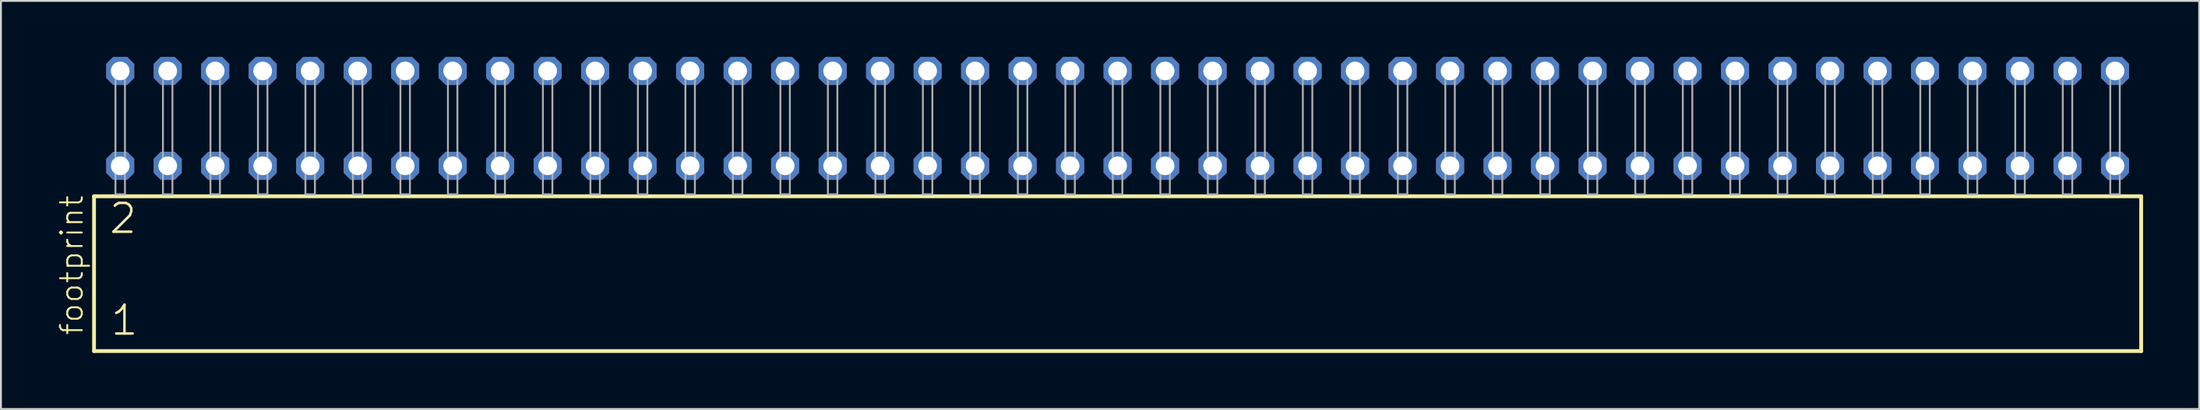
<source format=kicad_pcb>
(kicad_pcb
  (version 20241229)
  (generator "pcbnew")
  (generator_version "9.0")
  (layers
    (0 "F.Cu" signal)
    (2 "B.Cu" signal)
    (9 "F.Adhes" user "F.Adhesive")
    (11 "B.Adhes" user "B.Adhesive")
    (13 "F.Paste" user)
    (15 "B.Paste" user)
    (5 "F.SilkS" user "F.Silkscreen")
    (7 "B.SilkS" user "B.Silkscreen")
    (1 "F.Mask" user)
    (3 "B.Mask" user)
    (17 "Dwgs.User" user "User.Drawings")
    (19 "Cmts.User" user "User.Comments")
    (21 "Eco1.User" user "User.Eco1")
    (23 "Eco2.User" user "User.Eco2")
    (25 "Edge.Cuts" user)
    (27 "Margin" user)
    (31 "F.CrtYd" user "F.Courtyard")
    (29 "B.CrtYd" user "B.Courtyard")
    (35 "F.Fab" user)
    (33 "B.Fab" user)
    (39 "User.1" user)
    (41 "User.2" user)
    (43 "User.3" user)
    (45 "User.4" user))
  (footprint "footprint"
    (layer "F.Cu")
    (at 56.718 7.354)
    (property "Reference" "footprint" (at -55.245 7.62 90) (layer "F.SilkS") (effects (font (size 1.168 1.168) (thickness 0.102)) (justify left bottom)))
    (fp_line (start -54.739 0.106) (end -54.739 8.396) (stroke (width 0.203) (type solid)) (layer "F.SilkS"))
    (fp_line (start -54.739 8.396) (end 54.739 8.396) (stroke (width 0.203) (type solid)) (layer "F.SilkS"))
    (fp_line (start 54.739 0.106) (end -54.739 0.106) (stroke (width 0.203) (type solid)) (layer "F.SilkS"))
    (fp_line (start 54.739 8.396) (end 54.739 0.106) (stroke (width 0.203) (type solid)) (layer "F.SilkS"))
    (fp_poly (pts (xy -53.594 0) (xy -53.086 0) (xy -53.086 -6.858) (xy -53.594 -6.858)) (stroke (width 0.1) (type solid)) (fill no) (layer "F.Fab"))
    (fp_poly (pts (xy -51.054 0) (xy -50.546 0) (xy -50.546 -6.858) (xy -51.054 -6.858)) (stroke (width 0.1) (type solid)) (fill no) (layer "F.Fab"))
    (fp_poly (pts (xy -48.514 0) (xy -48.006 0) (xy -48.006 -6.858) (xy -48.514 -6.858)) (stroke (width 0.1) (type solid)) (fill no) (layer "F.Fab"))
    (fp_poly (pts (xy -45.974 0) (xy -45.466 0) (xy -45.466 -6.858) (xy -45.974 -6.858)) (stroke (width 0.1) (type solid)) (fill no) (layer "F.Fab"))
    (fp_poly (pts (xy -43.434 0) (xy -42.926 0) (xy -42.926 -6.858) (xy -43.434 -6.858)) (stroke (width 0.1) (type solid)) (fill no) (layer "F.Fab"))
    (fp_poly (pts (xy -40.894 0) (xy -40.386 0) (xy -40.386 -6.858) (xy -40.894 -6.858)) (stroke (width 0.1) (type solid)) (fill no) (layer "F.Fab"))
    (fp_poly (pts (xy -38.354 0) (xy -37.846 0) (xy -37.846 -6.858) (xy -38.354 -6.858)) (stroke (width 0.1) (type solid)) (fill no) (layer "F.Fab"))
    (fp_poly (pts (xy -35.814 0) (xy -35.306 0) (xy -35.306 -6.858) (xy -35.814 -6.858)) (stroke (width 0.1) (type solid)) (fill no) (layer "F.Fab"))
    (fp_poly (pts (xy -33.274 0) (xy -32.766 0) (xy -32.766 -6.858) (xy -33.274 -6.858)) (stroke (width 0.1) (type solid)) (fill no) (layer "F.Fab"))
    (fp_poly (pts (xy -30.734 0) (xy -30.226 0) (xy -30.226 -6.858) (xy -30.734 -6.858)) (stroke (width 0.1) (type solid)) (fill no) (layer "F.Fab"))
    (fp_poly (pts (xy -28.194 0) (xy -27.686 0) (xy -27.686 -6.858) (xy -28.194 -6.858)) (stroke (width 0.1) (type solid)) (fill no) (layer "F.Fab"))
    (fp_poly (pts (xy -25.654 0) (xy -25.146 0) (xy -25.146 -6.858) (xy -25.654 -6.858)) (stroke (width 0.1) (type solid)) (fill no) (layer "F.Fab"))
    (fp_poly (pts (xy -23.114 0) (xy -22.606 0) (xy -22.606 -6.858) (xy -23.114 -6.858)) (stroke (width 0.1) (type solid)) (fill no) (layer "F.Fab"))
    (fp_poly (pts (xy -20.574 0) (xy -20.066 0) (xy -20.066 -6.858) (xy -20.574 -6.858)) (stroke (width 0.1) (type solid)) (fill no) (layer "F.Fab"))
    (fp_poly (pts (xy -18.034 0) (xy -17.526 0) (xy -17.526 -6.858) (xy -18.034 -6.858)) (stroke (width 0.1) (type solid)) (fill no) (layer "F.Fab"))
    (fp_poly (pts (xy -15.494 0) (xy -14.986 0) (xy -14.986 -6.858) (xy -15.494 -6.858)) (stroke (width 0.1) (type solid)) (fill no) (layer "F.Fab"))
    (fp_poly (pts (xy -12.954 0) (xy -12.446 0) (xy -12.446 -6.858) (xy -12.954 -6.858)) (stroke (width 0.1) (type solid)) (fill no) (layer "F.Fab"))
    (fp_poly (pts (xy -10.414 0) (xy -9.906 0) (xy -9.906 -6.858) (xy -10.414 -6.858)) (stroke (width 0.1) (type solid)) (fill no) (layer "F.Fab"))
    (fp_poly (pts (xy -7.874 0) (xy -7.366 0) (xy -7.366 -6.858) (xy -7.874 -6.858)) (stroke (width 0.1) (type solid)) (fill no) (layer "F.Fab"))
    (fp_poly (pts (xy -5.334 0) (xy -4.826 0) (xy -4.826 -6.858) (xy -5.334 -6.858)) (stroke (width 0.1) (type solid)) (fill no) (layer "F.Fab"))
    (fp_poly (pts (xy -2.794 0) (xy -2.286 0) (xy -2.286 -6.858) (xy -2.794 -6.858)) (stroke (width 0.1) (type solid)) (fill no) (layer "F.Fab"))
    (fp_poly (pts (xy -0.254 0) (xy 0.254 0) (xy 0.254 -6.858) (xy -0.254 -6.858)) (stroke (width 0.1) (type solid)) (fill no) (layer "F.Fab"))
    (fp_poly (pts (xy 2.286 0) (xy 2.794 0) (xy 2.794 -6.858) (xy 2.286 -6.858)) (stroke (width 0.1) (type solid)) (fill no) (layer "F.Fab"))
    (fp_poly (pts (xy 4.826 0) (xy 5.334 0) (xy 5.334 -6.858) (xy 4.826 -6.858)) (stroke (width 0.1) (type solid)) (fill no) (layer "F.Fab"))
    (fp_poly (pts (xy 7.366 0) (xy 7.874 0) (xy 7.874 -6.858) (xy 7.366 -6.858)) (stroke (width 0.1) (type solid)) (fill no) (layer "F.Fab"))
    (fp_poly (pts (xy 9.906 0) (xy 10.414 0) (xy 10.414 -6.858) (xy 9.906 -6.858)) (stroke (width 0.1) (type solid)) (fill no) (layer "F.Fab"))
    (fp_poly (pts (xy 12.446 0) (xy 12.954 0) (xy 12.954 -6.858) (xy 12.446 -6.858)) (stroke (width 0.1) (type solid)) (fill no) (layer "F.Fab"))
    (fp_poly (pts (xy 14.986 0) (xy 15.494 0) (xy 15.494 -6.858) (xy 14.986 -6.858)) (stroke (width 0.1) (type solid)) (fill no) (layer "F.Fab"))
    (fp_poly (pts (xy 17.526 0) (xy 18.034 0) (xy 18.034 -6.858) (xy 17.526 -6.858)) (stroke (width 0.1) (type solid)) (fill no) (layer "F.Fab"))
    (fp_poly (pts (xy 20.066 0) (xy 20.574 0) (xy 20.574 -6.858) (xy 20.066 -6.858)) (stroke (width 0.1) (type solid)) (fill no) (layer "F.Fab"))
    (fp_poly (pts (xy 22.606 0) (xy 23.114 0) (xy 23.114 -6.858) (xy 22.606 -6.858)) (stroke (width 0.1) (type solid)) (fill no) (layer "F.Fab"))
    (fp_poly (pts (xy 25.146 0) (xy 25.654 0) (xy 25.654 -6.858) (xy 25.146 -6.858)) (stroke (width 0.1) (type solid)) (fill no) (layer "F.Fab"))
    (fp_poly (pts (xy 27.686 0) (xy 28.194 0) (xy 28.194 -6.858) (xy 27.686 -6.858)) (stroke (width 0.1) (type solid)) (fill no) (layer "F.Fab"))
    (fp_poly (pts (xy 30.226 0) (xy 30.734 0) (xy 30.734 -6.858) (xy 30.226 -6.858)) (stroke (width 0.1) (type solid)) (fill no) (layer "F.Fab"))
    (fp_poly (pts (xy 32.766 0) (xy 33.274 0) (xy 33.274 -6.858) (xy 32.766 -6.858)) (stroke (width 0.1) (type solid)) (fill no) (layer "F.Fab"))
    (fp_poly (pts (xy 35.306 0) (xy 35.814 0) (xy 35.814 -6.858) (xy 35.306 -6.858)) (stroke (width 0.1) (type solid)) (fill no) (layer "F.Fab"))
    (fp_poly (pts (xy 37.846 0) (xy 38.354 0) (xy 38.354 -6.858) (xy 37.846 -6.858)) (stroke (width 0.1) (type solid)) (fill no) (layer "F.Fab"))
    (fp_poly (pts (xy 40.386 0) (xy 40.894 0) (xy 40.894 -6.858) (xy 40.386 -6.858)) (stroke (width 0.1) (type solid)) (fill no) (layer "F.Fab"))
    (fp_poly (pts (xy 42.926 0) (xy 43.434 0) (xy 43.434 -6.858) (xy 42.926 -6.858)) (stroke (width 0.1) (type solid)) (fill no) (layer "F.Fab"))
    (fp_poly (pts (xy 45.466 0) (xy 45.974 0) (xy 45.974 -6.858) (xy 45.466 -6.858)) (stroke (width 0.1) (type solid)) (fill no) (layer "F.Fab"))
    (fp_poly (pts (xy 48.006 0) (xy 48.514 0) (xy 48.514 -6.858) (xy 48.006 -6.858)) (stroke (width 0.1) (type solid)) (fill no) (layer "F.Fab"))
    (fp_poly (pts (xy 50.546 0) (xy 51.054 0) (xy 51.054 -6.858) (xy 50.546 -6.858)) (stroke (width 0.1) (type solid)) (fill no) (layer "F.Fab"))
    (fp_poly (pts (xy 53.086 0) (xy 53.594 0) (xy 53.594 -6.858) (xy 53.086 -6.858)) (stroke (width 0.1) (type solid)) (fill no) (layer "F.Fab"))
    (fp_text user "1" (at -53.935 7.65 0) (layer "F.SilkS") (effects (font (size 1.542 1.542) (thickness 0.134)) (justify left bottom)))
    (fp_text user "2" (at -54.01 2.2 0) (layer "F.SilkS") (effects (font (size 1.542 1.542) (thickness 0.134)) (justify left bottom)))
    (pad "1" thru_hole roundrect (at -53.34 -1.524) (size 1.5 1.5) (drill 1) (layers "*.Cu" "*.Mask") (roundrect_rratio 0.25) (chamfer_ratio 0.25) (chamfer top_left top_right bottom_left bottom_right))
    (pad "2" thru_hole roundrect (at -53.34 -6.604) (size 1.5 1.5) (drill 1) (layers "*.Cu" "*.Mask") (roundrect_rratio 0.25) (chamfer_ratio 0.25) (chamfer top_left top_right bottom_left bottom_right))
    (pad "3" thru_hole roundrect (at -50.8 -1.524) (size 1.5 1.5) (drill 1) (layers "*.Cu" "*.Mask") (roundrect_rratio 0.25) (chamfer_ratio 0.25) (chamfer top_left top_right bottom_left bottom_right))
    (pad "4" thru_hole roundrect (at -50.8 -6.604) (size 1.5 1.5) (drill 1) (layers "*.Cu" "*.Mask") (roundrect_rratio 0.25) (chamfer_ratio 0.25) (chamfer top_left top_right bottom_left bottom_right))
    (pad "5" thru_hole roundrect (at -48.26 -1.524) (size 1.5 1.5) (drill 1) (layers "*.Cu" "*.Mask") (roundrect_rratio 0.25) (chamfer_ratio 0.25) (chamfer top_left top_right bottom_left bottom_right))
    (pad "6" thru_hole roundrect (at -48.26 -6.604) (size 1.5 1.5) (drill 1) (layers "*.Cu" "*.Mask") (roundrect_rratio 0.25) (chamfer_ratio 0.25) (chamfer top_left top_right bottom_left bottom_right))
    (pad "7" thru_hole roundrect (at -45.72 -1.524) (size 1.5 1.5) (drill 1) (layers "*.Cu" "*.Mask") (roundrect_rratio 0.25) (chamfer_ratio 0.25) (chamfer top_left top_right bottom_left bottom_right))
    (pad "8" thru_hole roundrect (at -45.72 -6.604) (size 1.5 1.5) (drill 1) (layers "*.Cu" "*.Mask") (roundrect_rratio 0.25) (chamfer_ratio 0.25) (chamfer top_left top_right bottom_left bottom_right))
    (pad "9" thru_hole roundrect (at -43.18 -1.524) (size 1.5 1.5) (drill 1) (layers "*.Cu" "*.Mask") (roundrect_rratio 0.25) (chamfer_ratio 0.25) (chamfer top_left top_right bottom_left bottom_right))
    (pad "10" thru_hole roundrect (at -43.18 -6.604) (size 1.5 1.5) (drill 1) (layers "*.Cu" "*.Mask") (roundrect_rratio 0.25) (chamfer_ratio 0.25) (chamfer top_left top_right bottom_left bottom_right))
    (pad "11" thru_hole roundrect (at -40.64 -1.524) (size 1.5 1.5) (drill 1) (layers "*.Cu" "*.Mask") (roundrect_rratio 0.25) (chamfer_ratio 0.25) (chamfer top_left top_right bottom_left bottom_right))
    (pad "12" thru_hole roundrect (at -40.64 -6.604) (size 1.5 1.5) (drill 1) (layers "*.Cu" "*.Mask") (roundrect_rratio 0.25) (chamfer_ratio 0.25) (chamfer top_left top_right bottom_left bottom_right))
    (pad "13" thru_hole roundrect (at -38.1 -1.524) (size 1.5 1.5) (drill 1) (layers "*.Cu" "*.Mask") (roundrect_rratio 0.25) (chamfer_ratio 0.25) (chamfer top_left top_right bottom_left bottom_right))
    (pad "14" thru_hole roundrect (at -38.1 -6.604) (size 1.5 1.5) (drill 1) (layers "*.Cu" "*.Mask") (roundrect_rratio 0.25) (chamfer_ratio 0.25) (chamfer top_left top_right bottom_left bottom_right))
    (pad "15" thru_hole roundrect (at -35.56 -1.524) (size 1.5 1.5) (drill 1) (layers "*.Cu" "*.Mask") (roundrect_rratio 0.25) (chamfer_ratio 0.25) (chamfer top_left top_right bottom_left bottom_right))
    (pad "16" thru_hole roundrect (at -35.56 -6.604) (size 1.5 1.5) (drill 1) (layers "*.Cu" "*.Mask") (roundrect_rratio 0.25) (chamfer_ratio 0.25) (chamfer top_left top_right bottom_left bottom_right))
    (pad "17" thru_hole roundrect (at -33.02 -1.524) (size 1.5 1.5) (drill 1) (layers "*.Cu" "*.Mask") (roundrect_rratio 0.25) (chamfer_ratio 0.25) (chamfer top_left top_right bottom_left bottom_right))
    (pad "18" thru_hole roundrect (at -33.02 -6.604) (size 1.5 1.5) (drill 1) (layers "*.Cu" "*.Mask") (roundrect_rratio 0.25) (chamfer_ratio 0.25) (chamfer top_left top_right bottom_left bottom_right))
    (pad "19" thru_hole roundrect (at -30.48 -1.524) (size 1.5 1.5) (drill 1) (layers "*.Cu" "*.Mask") (roundrect_rratio 0.25) (chamfer_ratio 0.25) (chamfer top_left top_right bottom_left bottom_right))
    (pad "20" thru_hole roundrect (at -30.48 -6.604) (size 1.5 1.5) (drill 1) (layers "*.Cu" "*.Mask") (roundrect_rratio 0.25) (chamfer_ratio 0.25) (chamfer top_left top_right bottom_left bottom_right))
    (pad "21" thru_hole roundrect (at -27.94 -1.524) (size 1.5 1.5) (drill 1) (layers "*.Cu" "*.Mask") (roundrect_rratio 0.25) (chamfer_ratio 0.25) (chamfer top_left top_right bottom_left bottom_right))
    (pad "22" thru_hole roundrect (at -27.94 -6.604) (size 1.5 1.5) (drill 1) (layers "*.Cu" "*.Mask") (roundrect_rratio 0.25) (chamfer_ratio 0.25) (chamfer top_left top_right bottom_left bottom_right))
    (pad "23" thru_hole roundrect (at -25.4 -1.524) (size 1.5 1.5) (drill 1) (layers "*.Cu" "*.Mask") (roundrect_rratio 0.25) (chamfer_ratio 0.25) (chamfer top_left top_right bottom_left bottom_right))
    (pad "24" thru_hole roundrect (at -25.4 -6.604) (size 1.5 1.5) (drill 1) (layers "*.Cu" "*.Mask") (roundrect_rratio 0.25) (chamfer_ratio 0.25) (chamfer top_left top_right bottom_left bottom_right))
    (pad "25" thru_hole roundrect (at -22.86 -1.524) (size 1.5 1.5) (drill 1) (layers "*.Cu" "*.Mask") (roundrect_rratio 0.25) (chamfer_ratio 0.25) (chamfer top_left top_right bottom_left bottom_right))
    (pad "26" thru_hole roundrect (at -22.86 -6.604) (size 1.5 1.5) (drill 1) (layers "*.Cu" "*.Mask") (roundrect_rratio 0.25) (chamfer_ratio 0.25) (chamfer top_left top_right bottom_left bottom_right))
    (pad "27" thru_hole roundrect (at -20.32 -1.524) (size 1.5 1.5) (drill 1) (layers "*.Cu" "*.Mask") (roundrect_rratio 0.25) (chamfer_ratio 0.25) (chamfer top_left top_right bottom_left bottom_right))
    (pad "28" thru_hole roundrect (at -20.32 -6.604) (size 1.5 1.5) (drill 1) (layers "*.Cu" "*.Mask") (roundrect_rratio 0.25) (chamfer_ratio 0.25) (chamfer top_left top_right bottom_left bottom_right))
    (pad "29" thru_hole roundrect (at -17.78 -1.524) (size 1.5 1.5) (drill 1) (layers "*.Cu" "*.Mask") (roundrect_rratio 0.25) (chamfer_ratio 0.25) (chamfer top_left top_right bottom_left bottom_right))
    (pad "30" thru_hole roundrect (at -17.78 -6.604) (size 1.5 1.5) (drill 1) (layers "*.Cu" "*.Mask") (roundrect_rratio 0.25) (chamfer_ratio 0.25) (chamfer top_left top_right bottom_left bottom_right))
    (pad "31" thru_hole roundrect (at -15.24 -1.524) (size 1.5 1.5) (drill 1) (layers "*.Cu" "*.Mask") (roundrect_rratio 0.25) (chamfer_ratio 0.25) (chamfer top_left top_right bottom_left bottom_right))
    (pad "32" thru_hole roundrect (at -15.24 -6.604) (size 1.5 1.5) (drill 1) (layers "*.Cu" "*.Mask") (roundrect_rratio 0.25) (chamfer_ratio 0.25) (chamfer top_left top_right bottom_left bottom_right))
    (pad "33" thru_hole roundrect (at -12.7 -1.524) (size 1.5 1.5) (drill 1) (layers "*.Cu" "*.Mask") (roundrect_rratio 0.25) (chamfer_ratio 0.25) (chamfer top_left top_right bottom_left bottom_right))
    (pad "34" thru_hole roundrect (at -12.7 -6.604) (size 1.5 1.5) (drill 1) (layers "*.Cu" "*.Mask") (roundrect_rratio 0.25) (chamfer_ratio 0.25) (chamfer top_left top_right bottom_left bottom_right))
    (pad "35" thru_hole roundrect (at -10.16 -1.524) (size 1.5 1.5) (drill 1) (layers "*.Cu" "*.Mask") (roundrect_rratio 0.25) (chamfer_ratio 0.25) (chamfer top_left top_right bottom_left bottom_right))
    (pad "36" thru_hole roundrect (at -10.16 -6.604) (size 1.5 1.5) (drill 1) (layers "*.Cu" "*.Mask") (roundrect_rratio 0.25) (chamfer_ratio 0.25) (chamfer top_left top_right bottom_left bottom_right))
    (pad "37" thru_hole roundrect (at -7.62 -1.524) (size 1.5 1.5) (drill 1) (layers "*.Cu" "*.Mask") (roundrect_rratio 0.25) (chamfer_ratio 0.25) (chamfer top_left top_right bottom_left bottom_right))
    (pad "38" thru_hole roundrect (at -7.62 -6.604) (size 1.5 1.5) (drill 1) (layers "*.Cu" "*.Mask") (roundrect_rratio 0.25) (chamfer_ratio 0.25) (chamfer top_left top_right bottom_left bottom_right))
    (pad "39" thru_hole roundrect (at -5.08 -1.524) (size 1.5 1.5) (drill 1) (layers "*.Cu" "*.Mask") (roundrect_rratio 0.25) (chamfer_ratio 0.25) (chamfer top_left top_right bottom_left bottom_right))
    (pad "40" thru_hole roundrect (at -5.08 -6.604) (size 1.5 1.5) (drill 1) (layers "*.Cu" "*.Mask") (roundrect_rratio 0.25) (chamfer_ratio 0.25) (chamfer top_left top_right bottom_left bottom_right))
    (pad "41" thru_hole roundrect (at -2.54 -1.524) (size 1.5 1.5) (drill 1) (layers "*.Cu" "*.Mask") (roundrect_rratio 0.25) (chamfer_ratio 0.25) (chamfer top_left top_right bottom_left bottom_right))
    (pad "42" thru_hole roundrect (at -2.54 -6.604) (size 1.5 1.5) (drill 1) (layers "*.Cu" "*.Mask") (roundrect_rratio 0.25) (chamfer_ratio 0.25) (chamfer top_left top_right bottom_left bottom_right))
    (pad "43" thru_hole roundrect (at 0 -1.524) (size 1.5 1.5) (drill 1) (layers "*.Cu" "*.Mask") (roundrect_rratio 0.25) (chamfer_ratio 0.25) (chamfer top_left top_right bottom_left bottom_right))
    (pad "44" thru_hole roundrect (at 0 -6.604) (size 1.5 1.5) (drill 1) (layers "*.Cu" "*.Mask") (roundrect_rratio 0.25) (chamfer_ratio 0.25) (chamfer top_left top_right bottom_left bottom_right))
    (pad "45" thru_hole roundrect (at 2.54 -1.524) (size 1.5 1.5) (drill 1) (layers "*.Cu" "*.Mask") (roundrect_rratio 0.25) (chamfer_ratio 0.25) (chamfer top_left top_right bottom_left bottom_right))
    (pad "46" thru_hole roundrect (at 2.54 -6.604) (size 1.5 1.5) (drill 1) (layers "*.Cu" "*.Mask") (roundrect_rratio 0.25) (chamfer_ratio 0.25) (chamfer top_left top_right bottom_left bottom_right))
    (pad "47" thru_hole roundrect (at 5.08 -1.524) (size 1.5 1.5) (drill 1) (layers "*.Cu" "*.Mask") (roundrect_rratio 0.25) (chamfer_ratio 0.25) (chamfer top_left top_right bottom_left bottom_right))
    (pad "48" thru_hole roundrect (at 5.08 -6.604) (size 1.5 1.5) (drill 1) (layers "*.Cu" "*.Mask") (roundrect_rratio 0.25) (chamfer_ratio 0.25) (chamfer top_left top_right bottom_left bottom_right))
    (pad "49" thru_hole roundrect (at 7.62 -1.524) (size 1.5 1.5) (drill 1) (layers "*.Cu" "*.Mask") (roundrect_rratio 0.25) (chamfer_ratio 0.25) (chamfer top_left top_right bottom_left bottom_right))
    (pad "50" thru_hole roundrect (at 7.62 -6.604) (size 1.5 1.5) (drill 1) (layers "*.Cu" "*.Mask") (roundrect_rratio 0.25) (chamfer_ratio 0.25) (chamfer top_left top_right bottom_left bottom_right))
    (pad "51" thru_hole roundrect (at 10.16 -1.524) (size 1.5 1.5) (drill 1) (layers "*.Cu" "*.Mask") (roundrect_rratio 0.25) (chamfer_ratio 0.25) (chamfer top_left top_right bottom_left bottom_right))
    (pad "52" thru_hole roundrect (at 10.16 -6.604) (size 1.5 1.5) (drill 1) (layers "*.Cu" "*.Mask") (roundrect_rratio 0.25) (chamfer_ratio 0.25) (chamfer top_left top_right bottom_left bottom_right))
    (pad "53" thru_hole roundrect (at 12.7 -1.524) (size 1.5 1.5) (drill 1) (layers "*.Cu" "*.Mask") (roundrect_rratio 0.25) (chamfer_ratio 0.25) (chamfer top_left top_right bottom_left bottom_right))
    (pad "54" thru_hole roundrect (at 12.7 -6.604) (size 1.5 1.5) (drill 1) (layers "*.Cu" "*.Mask") (roundrect_rratio 0.25) (chamfer_ratio 0.25) (chamfer top_left top_right bottom_left bottom_right))
    (pad "55" thru_hole roundrect (at 15.24 -1.524) (size 1.5 1.5) (drill 1) (layers "*.Cu" "*.Mask") (roundrect_rratio 0.25) (chamfer_ratio 0.25) (chamfer top_left top_right bottom_left bottom_right))
    (pad "56" thru_hole roundrect (at 15.24 -6.604) (size 1.5 1.5) (drill 1) (layers "*.Cu" "*.Mask") (roundrect_rratio 0.25) (chamfer_ratio 0.25) (chamfer top_left top_right bottom_left bottom_right))
    (pad "57" thru_hole roundrect (at 17.78 -1.524) (size 1.5 1.5) (drill 1) (layers "*.Cu" "*.Mask") (roundrect_rratio 0.25) (chamfer_ratio 0.25) (chamfer top_left top_right bottom_left bottom_right))
    (pad "58" thru_hole roundrect (at 17.78 -6.604) (size 1.5 1.5) (drill 1) (layers "*.Cu" "*.Mask") (roundrect_rratio 0.25) (chamfer_ratio 0.25) (chamfer top_left top_right bottom_left bottom_right))
    (pad "59" thru_hole roundrect (at 20.32 -1.524) (size 1.5 1.5) (drill 1) (layers "*.Cu" "*.Mask") (roundrect_rratio 0.25) (chamfer_ratio 0.25) (chamfer top_left top_right bottom_left bottom_right))
    (pad "60" thru_hole roundrect (at 20.32 -6.604) (size 1.5 1.5) (drill 1) (layers "*.Cu" "*.Mask") (roundrect_rratio 0.25) (chamfer_ratio 0.25) (chamfer top_left top_right bottom_left bottom_right))
    (pad "61" thru_hole roundrect (at 22.86 -1.524) (size 1.5 1.5) (drill 1) (layers "*.Cu" "*.Mask") (roundrect_rratio 0.25) (chamfer_ratio 0.25) (chamfer top_left top_right bottom_left bottom_right))
    (pad "62" thru_hole roundrect (at 22.86 -6.604) (size 1.5 1.5) (drill 1) (layers "*.Cu" "*.Mask") (roundrect_rratio 0.25) (chamfer_ratio 0.25) (chamfer top_left top_right bottom_left bottom_right))
    (pad "63" thru_hole roundrect (at 25.4 -1.524) (size 1.5 1.5) (drill 1) (layers "*.Cu" "*.Mask") (roundrect_rratio 0.25) (chamfer_ratio 0.25) (chamfer top_left top_right bottom_left bottom_right))
    (pad "64" thru_hole roundrect (at 25.4 -6.604) (size 1.5 1.5) (drill 1) (layers "*.Cu" "*.Mask") (roundrect_rratio 0.25) (chamfer_ratio 0.25) (chamfer top_left top_right bottom_left bottom_right))
    (pad "65" thru_hole roundrect (at 27.94 -1.524) (size 1.5 1.5) (drill 1) (layers "*.Cu" "*.Mask") (roundrect_rratio 0.25) (chamfer_ratio 0.25) (chamfer top_left top_right bottom_left bottom_right))
    (pad "66" thru_hole roundrect (at 27.94 -6.604) (size 1.5 1.5) (drill 1) (layers "*.Cu" "*.Mask") (roundrect_rratio 0.25) (chamfer_ratio 0.25) (chamfer top_left top_right bottom_left bottom_right))
    (pad "67" thru_hole roundrect (at 30.48 -1.524) (size 1.5 1.5) (drill 1) (layers "*.Cu" "*.Mask") (roundrect_rratio 0.25) (chamfer_ratio 0.25) (chamfer top_left top_right bottom_left bottom_right))
    (pad "68" thru_hole roundrect (at 30.48 -6.604) (size 1.5 1.5) (drill 1) (layers "*.Cu" "*.Mask") (roundrect_rratio 0.25) (chamfer_ratio 0.25) (chamfer top_left top_right bottom_left bottom_right))
    (pad "69" thru_hole roundrect (at 33.02 -1.524) (size 1.5 1.5) (drill 1) (layers "*.Cu" "*.Mask") (roundrect_rratio 0.25) (chamfer_ratio 0.25) (chamfer top_left top_right bottom_left bottom_right))
    (pad "70" thru_hole roundrect (at 33.02 -6.604) (size 1.5 1.5) (drill 1) (layers "*.Cu" "*.Mask") (roundrect_rratio 0.25) (chamfer_ratio 0.25) (chamfer top_left top_right bottom_left bottom_right))
    (pad "71" thru_hole roundrect (at 35.56 -1.524) (size 1.5 1.5) (drill 1) (layers "*.Cu" "*.Mask") (roundrect_rratio 0.25) (chamfer_ratio 0.25) (chamfer top_left top_right bottom_left bottom_right))
    (pad "72" thru_hole roundrect (at 35.56 -6.604) (size 1.5 1.5) (drill 1) (layers "*.Cu" "*.Mask") (roundrect_rratio 0.25) (chamfer_ratio 0.25) (chamfer top_left top_right bottom_left bottom_right))
    (pad "73" thru_hole roundrect (at 38.1 -1.524) (size 1.5 1.5) (drill 1) (layers "*.Cu" "*.Mask") (roundrect_rratio 0.25) (chamfer_ratio 0.25) (chamfer top_left top_right bottom_left bottom_right))
    (pad "74" thru_hole roundrect (at 38.1 -6.604) (size 1.5 1.5) (drill 1) (layers "*.Cu" "*.Mask") (roundrect_rratio 0.25) (chamfer_ratio 0.25) (chamfer top_left top_right bottom_left bottom_right))
    (pad "75" thru_hole roundrect (at 40.64 -1.524) (size 1.5 1.5) (drill 1) (layers "*.Cu" "*.Mask") (roundrect_rratio 0.25) (chamfer_ratio 0.25) (chamfer top_left top_right bottom_left bottom_right))
    (pad "76" thru_hole roundrect (at 40.64 -6.604) (size 1.5 1.5) (drill 1) (layers "*.Cu" "*.Mask") (roundrect_rratio 0.25) (chamfer_ratio 0.25) (chamfer top_left top_right bottom_left bottom_right))
    (pad "77" thru_hole roundrect (at 43.18 -1.524) (size 1.5 1.5) (drill 1) (layers "*.Cu" "*.Mask") (roundrect_rratio 0.25) (chamfer_ratio 0.25) (chamfer top_left top_right bottom_left bottom_right))
    (pad "78" thru_hole roundrect (at 43.18 -6.604) (size 1.5 1.5) (drill 1) (layers "*.Cu" "*.Mask") (roundrect_rratio 0.25) (chamfer_ratio 0.25) (chamfer top_left top_right bottom_left bottom_right))
    (pad "79" thru_hole roundrect (at 45.72 -1.524) (size 1.5 1.5) (drill 1) (layers "*.Cu" "*.Mask") (roundrect_rratio 0.25) (chamfer_ratio 0.25) (chamfer top_left top_right bottom_left bottom_right))
    (pad "80" thru_hole roundrect (at 45.72 -6.604) (size 1.5 1.5) (drill 1) (layers "*.Cu" "*.Mask") (roundrect_rratio 0.25) (chamfer_ratio 0.25) (chamfer top_left top_right bottom_left bottom_right))
    (pad "81" thru_hole roundrect (at 48.26 -1.524) (size 1.5 1.5) (drill 1) (layers "*.Cu" "*.Mask") (roundrect_rratio 0.25) (chamfer_ratio 0.25) (chamfer top_left top_right bottom_left bottom_right))
    (pad "82" thru_hole roundrect (at 48.26 -6.604) (size 1.5 1.5) (drill 1) (layers "*.Cu" "*.Mask") (roundrect_rratio 0.25) (chamfer_ratio 0.25) (chamfer top_left top_right bottom_left bottom_right))
    (pad "83" thru_hole roundrect (at 50.8 -1.524) (size 1.5 1.5) (drill 1) (layers "*.Cu" "*.Mask") (roundrect_rratio 0.25) (chamfer_ratio 0.25) (chamfer top_left top_right bottom_left bottom_right))
    (pad "84" thru_hole roundrect (at 50.8 -6.604) (size 1.5 1.5) (drill 1) (layers "*.Cu" "*.Mask") (roundrect_rratio 0.25) (chamfer_ratio 0.25) (chamfer top_left top_right bottom_left bottom_right))
    (pad "85" thru_hole roundrect (at 53.34 -1.524) (size 1.5 1.5) (drill 1) (layers "*.Cu" "*.Mask") (roundrect_rratio 0.25) (chamfer_ratio 0.25) (chamfer top_left top_right bottom_left bottom_right))
    (pad "86" thru_hole roundrect (at 53.34 -6.604) (size 1.5 1.5) (drill 1) (layers "*.Cu" "*.Mask") (roundrect_rratio 0.25) (chamfer_ratio 0.25) (chamfer top_left top_right bottom_left bottom_right)))
  (gr_rect
    (start -3 -3)
    (end 114.559 18.852)
    (stroke (width 0.1) (type default))
    (fill no)
    (layer "Edge.Cuts")))
</source>
